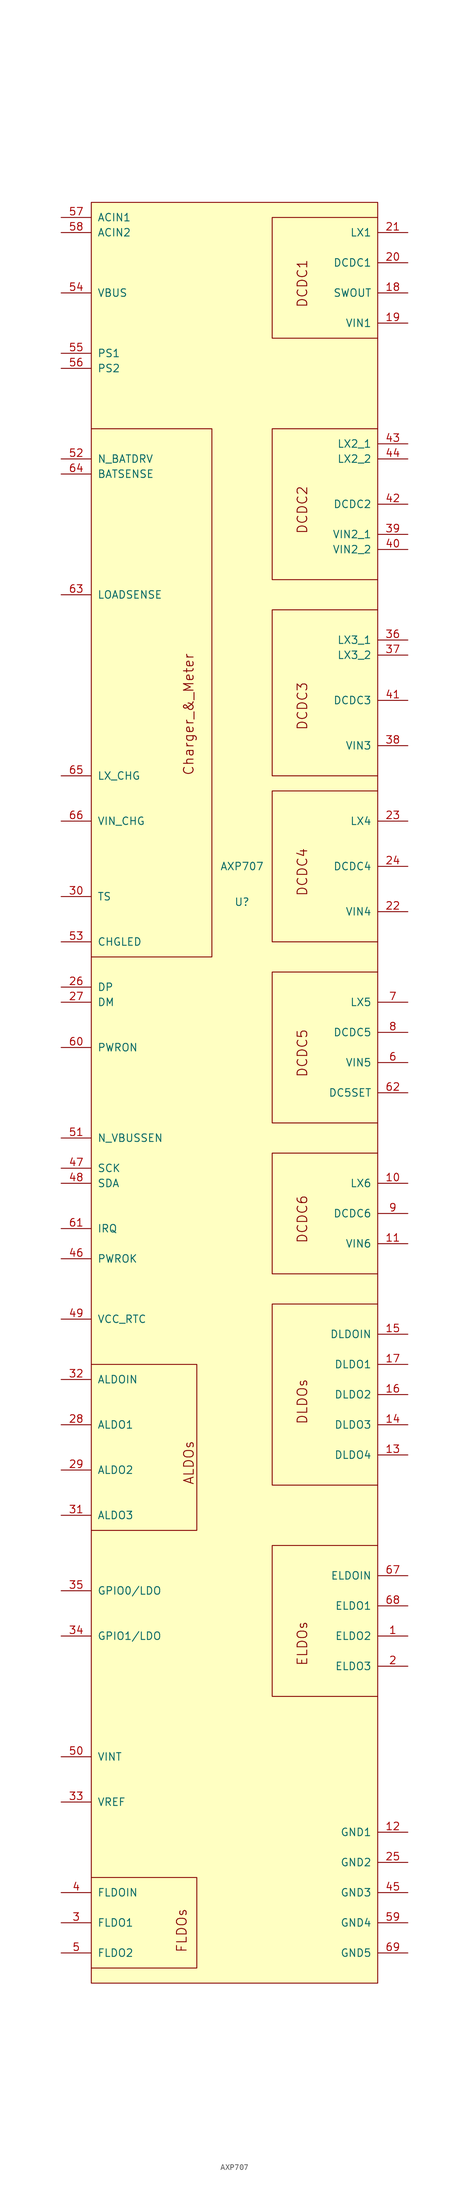
<source format=kicad_sym>
(kicad_symbol_lib
  (version 20211014)
  (generator kicad_symbol_editor)
  (symbol "AXP707"
    (pin_names
      (offset 1.016))
    (property "Reference" "U"
      (at 0 -6 0)
      (effects (font (size 1.27 1.27))))
    (property "Value" "AXP707"
      (at 0 0 0)
      (effects (font (size 1.27 1.27))))
    (symbol "AXP707_1_1"
      (rectangle (start -25.4 111.76) (end 22.86 -187.96) (stroke (width 0.152) (type default) (color 0 0 0 0)) (fill (type background)))
      (polyline (pts (xy -25.4 -170.18) (xy -7.62 -170.18) (xy -7.62 -185.42) (xy -25.4 -185.42)) (stroke (width 0.152) (type default) (color 0 0 0 0)) (fill (type none)))
      (polyline (pts (xy -25.4 -83.82) (xy -7.62 -83.82) (xy -7.62 -111.76) (xy -25.4 -111.76)) (stroke (width 0.152) (type default) (color 0 0 0 0)) (fill (type none)))
      (polyline (pts (xy 22.86 -114.3) (xy 5.08 -114.3) (xy 5.08 -139.7) (xy 22.86 -139.7)) (stroke (width 0.152) (type default) (color 0 0 0 0)) (fill (type none)))
      (polyline (pts (xy 22.86 -73.66) (xy 5.08 -73.66) (xy 5.08 -104.14) (xy 22.86 -104.14)) (stroke (width 0.152) (type default) (color 0 0 0 0)) (fill (type none)))
      (polyline (pts (xy 22.86 -48.26) (xy 5.08 -48.26) (xy 5.08 -68.58) (xy 22.86 -68.58)) (stroke (width 0.152) (type default) (color 0 0 0 0)) (fill (type none)))
      (polyline (pts (xy 22.86 12.7) (xy 5.08 12.7) (xy 5.08 -12.7) (xy 22.86 -12.7)) (stroke (width 0.152) (type default) (color 0 0 0 0)) (fill (type none)))
      (polyline (pts (xy 22.86 43.18) (xy 5.08 43.18) (xy 5.08 15.24) (xy 22.86 15.24)) (stroke (width 0.152) (type default) (color 0 0 0 0)) (fill (type none)))
      (polyline (pts (xy 22.86 73.66) (xy 5.08 73.66) (xy 5.08 48.26) (xy 22.86 48.26)) (stroke (width 0.152) (type default) (color 0 0 0 0)) (fill (type none)))
      (polyline (pts (xy 22.86 109.22) (xy 5.08 109.22) (xy 5.08 88.9) (xy 22.86 88.9)) (stroke (width 0.152) (type default) (color 0 0 0 0)) (fill (type none)))
      (polyline (pts (xy -25.4 73.66) (xy -5.08 73.66) (xy -5.08 27.94) (xy -5.08 -15.24) (xy -25.4 -15.24)) (stroke (width 0.152) (type default) (color 0 0 0 0)) (fill (type none)))
      (polyline (pts (xy 22.86 -17.78) (xy 5.08 -17.78) (xy 5.08 -43.18) (xy 22.86 -43.18) (xy 22.86 -43.18)) (stroke (width 0.152) (type default) (color 0 0 0 0)) (fill (type none)))
      (text "ALDOs" (at -8.966 -104.14 900) (effects (font (size 1.626 1.626)) (justify left)))
      (text "Charger_&_Meter" (at -8.992 15.24 900) (effects (font (size 1.626 1.626)) (justify left)))
      (text "DCDC1" (at 10.16 93.98 900) (effects (font (size 1.626 1.626)) (justify left)))
      (text "DCDC2" (at 10.16 55.88 900) (effects (font (size 1.626 1.626)) (justify left)))
      (text "DCDC3" (at 10.16 22.86 900) (effects (font (size 1.626 1.626)) (justify left)))
      (text "DCDC4" (at 10.16 -5.08 900) (effects (font (size 1.626 1.626)) (justify left)))
      (text "DCDC5" (at 10.16 -35.56 900) (effects (font (size 1.626 1.626)) (justify left)))
      (text "DCDC6" (at 10.16 -63.5 900) (effects (font (size 1.626 1.626)) (justify left)))
      (text "DLDOs" (at 10.16 -93.98 900) (effects (font (size 1.626 1.626)) (justify left)))
      (text "ELDOs" (at 10.16 -134.62 900) (effects (font (size 1.626 1.626)) (justify left)))
      (text "FLDOs" (at -10.16 -182.88 900) (effects (font (size 1.626 1.626)) (justify left)))
      (pin bidirectional line (at 27.94 -129.54 180) (length 5.08) (name "ELDO2" (effects (font (size 1.27 1.27)))) (number "1" (effects (font (size 1.27 1.27)))))
      (pin bidirectional line (at 27.94 -53.34 180) (length 5.08) (name "LX6" (effects (font (size 1.27 1.27)))) (number "10" (effects (font (size 1.27 1.27)))))
      (pin bidirectional line (at 27.94 -63.5 180) (length 5.08) (name "VIN6" (effects (font (size 1.27 1.27)))) (number "11" (effects (font (size 1.27 1.27)))))
      (pin bidirectional line (at 27.94 -162.56 180) (length 5.08) (name "GND1" (effects (font (size 1.27 1.27)))) (number "12" (effects (font (size 1.27 1.27)))))
      (pin bidirectional line (at 27.94 -99.06 180) (length 5.08) (name "DLDO4" (effects (font (size 1.27 1.27)))) (number "13" (effects (font (size 1.27 1.27)))))
      (pin bidirectional line (at 27.94 -93.98 180) (length 5.08) (name "DLDO3" (effects (font (size 1.27 1.27)))) (number "14" (effects (font (size 1.27 1.27)))))
      (pin bidirectional line (at 27.94 -78.74 180) (length 5.08) (name "DLDOIN" (effects (font (size 1.27 1.27)))) (number "15" (effects (font (size 1.27 1.27)))))
      (pin bidirectional line (at 27.94 -88.9 180) (length 5.08) (name "DLDO2" (effects (font (size 1.27 1.27)))) (number "16" (effects (font (size 1.27 1.27)))))
      (pin bidirectional line (at 27.94 -83.82 180) (length 5.08) (name "DLDO1" (effects (font (size 1.27 1.27)))) (number "17" (effects (font (size 1.27 1.27)))))
      (pin bidirectional line (at 27.94 96.52 180) (length 5.08) (name "SWOUT" (effects (font (size 1.27 1.27)))) (number "18" (effects (font (size 1.27 1.27)))))
      (pin bidirectional line (at 27.94 91.44 180) (length 5.08) (name "VIN1" (effects (font (size 1.27 1.27)))) (number "19" (effects (font (size 1.27 1.27)))))
      (pin bidirectional line (at 27.94 -134.62 180) (length 5.08) (name "ELDO3" (effects (font (size 1.27 1.27)))) (number "2" (effects (font (size 1.27 1.27)))))
      (pin bidirectional line (at 27.94 101.6 180) (length 5.08) (name "DCDC1" (effects (font (size 1.27 1.27)))) (number "20" (effects (font (size 1.27 1.27)))))
      (pin bidirectional line (at 27.94 106.68 180) (length 5.08) (name "LX1" (effects (font (size 1.27 1.27)))) (number "21" (effects (font (size 1.27 1.27)))))
      (pin bidirectional line (at 27.94 -7.62 180) (length 5.08) (name "VIN4" (effects (font (size 1.27 1.27)))) (number "22" (effects (font (size 1.27 1.27)))))
      (pin bidirectional line (at 27.94 7.62 180) (length 5.08) (name "LX4" (effects (font (size 1.27 1.27)))) (number "23" (effects (font (size 1.27 1.27)))))
      (pin bidirectional line (at 27.94 0 180) (length 5.08) (name "DCDC4" (effects (font (size 1.27 1.27)))) (number "24" (effects (font (size 1.27 1.27)))))
      (pin bidirectional line (at 27.94 -167.64 180) (length 5.08) (name "GND2" (effects (font (size 1.27 1.27)))) (number "25" (effects (font (size 1.27 1.27)))))
      (pin bidirectional line (at -30.48 -20.32 0) (length 5.08) (name "DP" (effects (font (size 1.27 1.27)))) (number "26" (effects (font (size 1.27 1.27)))))
      (pin bidirectional line (at -30.48 -22.86 0) (length 5.08) (name "DM" (effects (font (size 1.27 1.27)))) (number "27" (effects (font (size 1.27 1.27)))))
      (pin bidirectional line (at -30.48 -93.98 0) (length 5.08) (name "ALDO1" (effects (font (size 1.27 1.27)))) (number "28" (effects (font (size 1.27 1.27)))))
      (pin bidirectional line (at -30.48 -101.6 0) (length 5.08) (name "ALDO2" (effects (font (size 1.27 1.27)))) (number "29" (effects (font (size 1.27 1.27)))))
      (pin bidirectional line (at -30.48 -177.8 0) (length 5.08) (name "FLDO1" (effects (font (size 1.27 1.27)))) (number "3" (effects (font (size 1.27 1.27)))))
      (pin bidirectional line (at -30.48 -5.08 0) (length 5.08) (name "TS" (effects (font (size 1.27 1.27)))) (number "30" (effects (font (size 1.27 1.27)))))
      (pin bidirectional line (at -30.48 -109.22 0) (length 5.08) (name "ALDO3" (effects (font (size 1.27 1.27)))) (number "31" (effects (font (size 1.27 1.27)))))
      (pin bidirectional line (at -30.48 -86.36 0) (length 5.08) (name "ALDOIN" (effects (font (size 1.27 1.27)))) (number "32" (effects (font (size 1.27 1.27)))))
      (pin bidirectional line (at -30.48 -157.48 0) (length 5.08) (name "VREF" (effects (font (size 1.27 1.27)))) (number "33" (effects (font (size 1.27 1.27)))))
      (pin bidirectional line (at -30.48 -129.54 0) (length 5.08) (name "GPIO1/LDO" (effects (font (size 1.27 1.27)))) (number "34" (effects (font (size 1.27 1.27)))))
      (pin bidirectional line (at -30.48 -121.92 0) (length 5.08) (name "GPIO0/LDO" (effects (font (size 1.27 1.27)))) (number "35" (effects (font (size 1.27 1.27)))))
      (pin bidirectional line (at 27.94 38.1 180) (length 5.08) (name "LX3_1" (effects (font (size 1.27 1.27)))) (number "36" (effects (font (size 1.27 1.27)))))
      (pin bidirectional line (at 27.94 35.56 180) (length 5.08) (name "LX3_2" (effects (font (size 1.27 1.27)))) (number "37" (effects (font (size 1.27 1.27)))))
      (pin bidirectional line (at 27.94 20.32 180) (length 5.08) (name "VIN3" (effects (font (size 1.27 1.27)))) (number "38" (effects (font (size 1.27 1.27)))))
      (pin bidirectional line (at 27.94 55.88 180) (length 5.08) (name "VIN2_1" (effects (font (size 1.27 1.27)))) (number "39" (effects (font (size 1.27 1.27)))))
      (pin bidirectional line (at -30.48 -172.72 0) (length 5.08) (name "FLDOIN" (effects (font (size 1.27 1.27)))) (number "4" (effects (font (size 1.27 1.27)))))
      (pin bidirectional line (at 27.94 53.34 180) (length 5.08) (name "VIN2_2" (effects (font (size 1.27 1.27)))) (number "40" (effects (font (size 1.27 1.27)))))
      (pin bidirectional line (at 27.94 27.94 180) (length 5.08) (name "DCDC3" (effects (font (size 1.27 1.27)))) (number "41" (effects (font (size 1.27 1.27)))))
      (pin bidirectional line (at 27.94 60.96 180) (length 5.08) (name "DCDC2" (effects (font (size 1.27 1.27)))) (number "42" (effects (font (size 1.27 1.27)))))
      (pin bidirectional line (at 27.94 71.12 180) (length 5.08) (name "LX2_1" (effects (font (size 1.27 1.27)))) (number "43" (effects (font (size 1.27 1.27)))))
      (pin bidirectional line (at 27.94 68.58 180) (length 5.08) (name "LX2_2" (effects (font (size 1.27 1.27)))) (number "44" (effects (font (size 1.27 1.27)))))
      (pin bidirectional line (at 27.94 -172.72 180) (length 5.08) (name "GND3" (effects (font (size 1.27 1.27)))) (number "45" (effects (font (size 1.27 1.27)))))
      (pin bidirectional line (at -30.48 -66.04 0) (length 5.08) (name "PWROK" (effects (font (size 1.27 1.27)))) (number "46" (effects (font (size 1.27 1.27)))))
      (pin bidirectional line (at -30.48 -50.8 0) (length 5.08) (name "SCK" (effects (font (size 1.27 1.27)))) (number "47" (effects (font (size 1.27 1.27)))))
      (pin bidirectional line (at -30.48 -53.34 0) (length 5.08) (name "SDA" (effects (font (size 1.27 1.27)))) (number "48" (effects (font (size 1.27 1.27)))))
      (pin bidirectional line (at -30.48 -76.2 0) (length 5.08) (name "VCC_RTC" (effects (font (size 1.27 1.27)))) (number "49" (effects (font (size 1.27 1.27)))))
      (pin bidirectional line (at -30.48 -182.88 0) (length 5.08) (name "FLDO2" (effects (font (size 1.27 1.27)))) (number "5" (effects (font (size 1.27 1.27)))))
      (pin bidirectional line (at -30.48 -149.86 0) (length 5.08) (name "VINT" (effects (font (size 1.27 1.27)))) (number "50" (effects (font (size 1.27 1.27)))))
      (pin bidirectional line (at -30.48 -45.72 0) (length 5.08) (name "N_VBUSSEN" (effects (font (size 1.27 1.27)))) (number "51" (effects (font (size 1.27 1.27)))))
      (pin bidirectional line (at -30.48 68.58 0) (length 5.08) (name "N_BATDRV" (effects (font (size 1.27 1.27)))) (number "52" (effects (font (size 1.27 1.27)))))
      (pin bidirectional line (at -30.48 -12.7 0) (length 5.08) (name "CHGLED" (effects (font (size 1.27 1.27)))) (number "53" (effects (font (size 1.27 1.27)))))
      (pin bidirectional line (at -30.48 96.52 0) (length 5.08) (name "VBUS" (effects (font (size 1.27 1.27)))) (number "54" (effects (font (size 1.27 1.27)))))
      (pin bidirectional line (at -30.48 86.36 0) (length 5.08) (name "PS1" (effects (font (size 1.27 1.27)))) (number "55" (effects (font (size 1.27 1.27)))))
      (pin bidirectional line (at -30.48 83.82 0) (length 5.08) (name "PS2" (effects (font (size 1.27 1.27)))) (number "56" (effects (font (size 1.27 1.27)))))
      (pin bidirectional line (at -30.48 109.22 0) (length 5.08) (name "ACIN1" (effects (font (size 1.27 1.27)))) (number "57" (effects (font (size 1.27 1.27)))))
      (pin bidirectional line (at -30.48 106.68 0) (length 5.08) (name "ACIN2" (effects (font (size 1.27 1.27)))) (number "58" (effects (font (size 1.27 1.27)))))
      (pin bidirectional line (at 27.94 -177.8 180) (length 5.08) (name "GND4" (effects (font (size 1.27 1.27)))) (number "59" (effects (font (size 1.27 1.27)))))
      (pin bidirectional line (at 27.94 -33.02 180) (length 5.08) (name "VIN5" (effects (font (size 1.27 1.27)))) (number "6" (effects (font (size 1.27 1.27)))))
      (pin bidirectional line (at -30.48 -30.48 0) (length 5.08) (name "PWRON" (effects (font (size 1.27 1.27)))) (number "60" (effects (font (size 1.27 1.27)))))
      (pin bidirectional line (at -30.48 -60.96 0) (length 5.08) (name "IRQ" (effects (font (size 1.27 1.27)))) (number "61" (effects (font (size 1.27 1.27)))))
      (pin bidirectional line (at 27.94 -38.1 180) (length 5.08) (name "DC5SET" (effects (font (size 1.27 1.27)))) (number "62" (effects (font (size 1.27 1.27)))))
      (pin bidirectional line (at -30.48 45.72 0) (length 5.08) (name "LOADSENSE" (effects (font (size 1.27 1.27)))) (number "63" (effects (font (size 1.27 1.27)))))
      (pin bidirectional line (at -30.48 66.04 0) (length 5.08) (name "BATSENSE" (effects (font (size 1.27 1.27)))) (number "64" (effects (font (size 1.27 1.27)))))
      (pin bidirectional line (at -30.48 15.24 0) (length 5.08) (name "LX_CHG" (effects (font (size 1.27 1.27)))) (number "65" (effects (font (size 1.27 1.27)))))
      (pin bidirectional line (at -30.48 7.62 0) (length 5.08) (name "VIN_CHG" (effects (font (size 1.27 1.27)))) (number "66" (effects (font (size 1.27 1.27)))))
      (pin bidirectional line (at 27.94 -119.38 180) (length 5.08) (name "ELDOIN" (effects (font (size 1.27 1.27)))) (number "67" (effects (font (size 1.27 1.27)))))
      (pin bidirectional line (at 27.94 -124.46 180) (length 5.08) (name "ELDO1" (effects (font (size 1.27 1.27)))) (number "68" (effects (font (size 1.27 1.27)))))
      (pin bidirectional line (at 27.94 -182.88 180) (length 5.08) (name "GND5" (effects (font (size 1.27 1.27)))) (number "69" (effects (font (size 1.27 1.27)))))
      (pin bidirectional line (at 27.94 -22.86 180) (length 5.08) (name "LX5" (effects (font (size 1.27 1.27)))) (number "7" (effects (font (size 1.27 1.27)))))
      (pin bidirectional line (at 27.94 -27.94 180) (length 5.08) (name "DCDC5" (effects (font (size 1.27 1.27)))) (number "8" (effects (font (size 1.27 1.27)))))
      (pin bidirectional line (at 27.94 -58.42 180) (length 5.08) (name "DCDC6" (effects (font (size 1.27 1.27)))) (number "9" (effects (font (size 1.27 1.27))))))))
</source>
